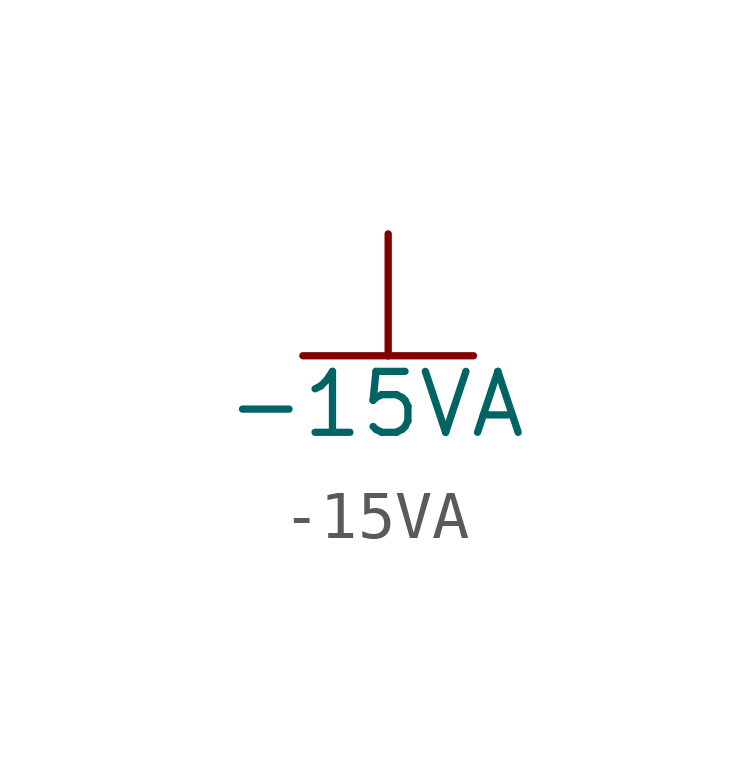
<source format=kicad_sym>
(kicad_symbol_lib
  (version 20220914)
  (generator kicad_symbol_editor)
  (symbol "-15VA"
    (power)
    (pin_numbers hide)
    (pin_names
      (offset 0) hide)
    (property "Reference" "#PWR"
      (at 0 -7.112 0)
      (effects (font (size 1.27 1.27)) hide))
    (property "Value" "-15VA"
      (at -0.254 -3.556 0)
      (effects (font (size 1.27 1.27))))
    (property "Footprint" ""
      (at 0 0 0)
      (effects (font (size 1.524 1.524))))
    (property "Datasheet" ""
      (at 0 0 0)
      (effects (font (size 1.524 1.524))))
    (symbol "-15VA_0_1"
      (polyline (pts (xy -1.778 -2.54) (xy 0 -2.54)) (stroke (width 0) (type default)) (fill (type none)))
      (polyline (pts (xy 0 -2.54) (xy 0 0)) (stroke (width 0) (type default)) (fill (type none)))
      (polyline (pts (xy 0 -2.54) (xy 1.778 -2.54)) (stroke (width 0) (type default)) (fill (type none))))
    (symbol "-15VA_1_1"
      (pin power_in line (at 0 0 270) (length 0) hide (name "-15VA" (effects (font (size 1.27 1.27)))) (number "1" (effects (font (size 1.27 1.27))))))))
</source>
